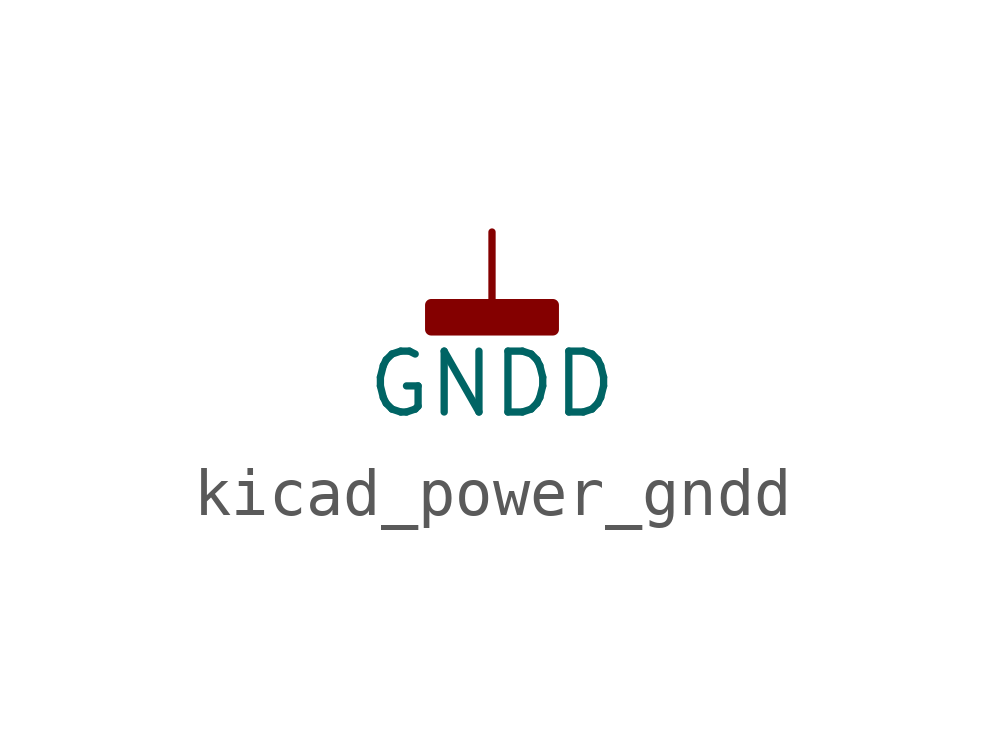
<source format=kicad_sym>
(kicad_symbol_lib
  (version 20220914)
  (generator kicad_symbol_editor)
  (symbol "kicad_power_gndd"
    (power)
    (pin_names
      (offset 0))
    (property "Reference" "#PWR"
      (at 0 -6.35 0)
      (effects (font (size 1.27 1.27)) hide))
    (property "Value" "GNDD"
      (at 0 -3.175 0)
      (effects (font (size 1.27 1.27))))
    (symbol "kicad_power_gndd_0_1"
      (rectangle (start -1.27 -1.524) (end 1.27 -2.032) (stroke (width 0.254) (type default)) (fill (type outline)))
      (polyline (pts (xy 0 0) (xy 0 -1.524)) (stroke (width 0) (type default)) (fill (type none))))
    (symbol "kicad_power_gndd_1_1"
      (pin power_in line (at 0 0 270) (length 0) hide (name "GNDD" (effects (font (size 1.27 1.27)))) (number "1" (effects (font (size 1.27 1.27))))))))
</source>
